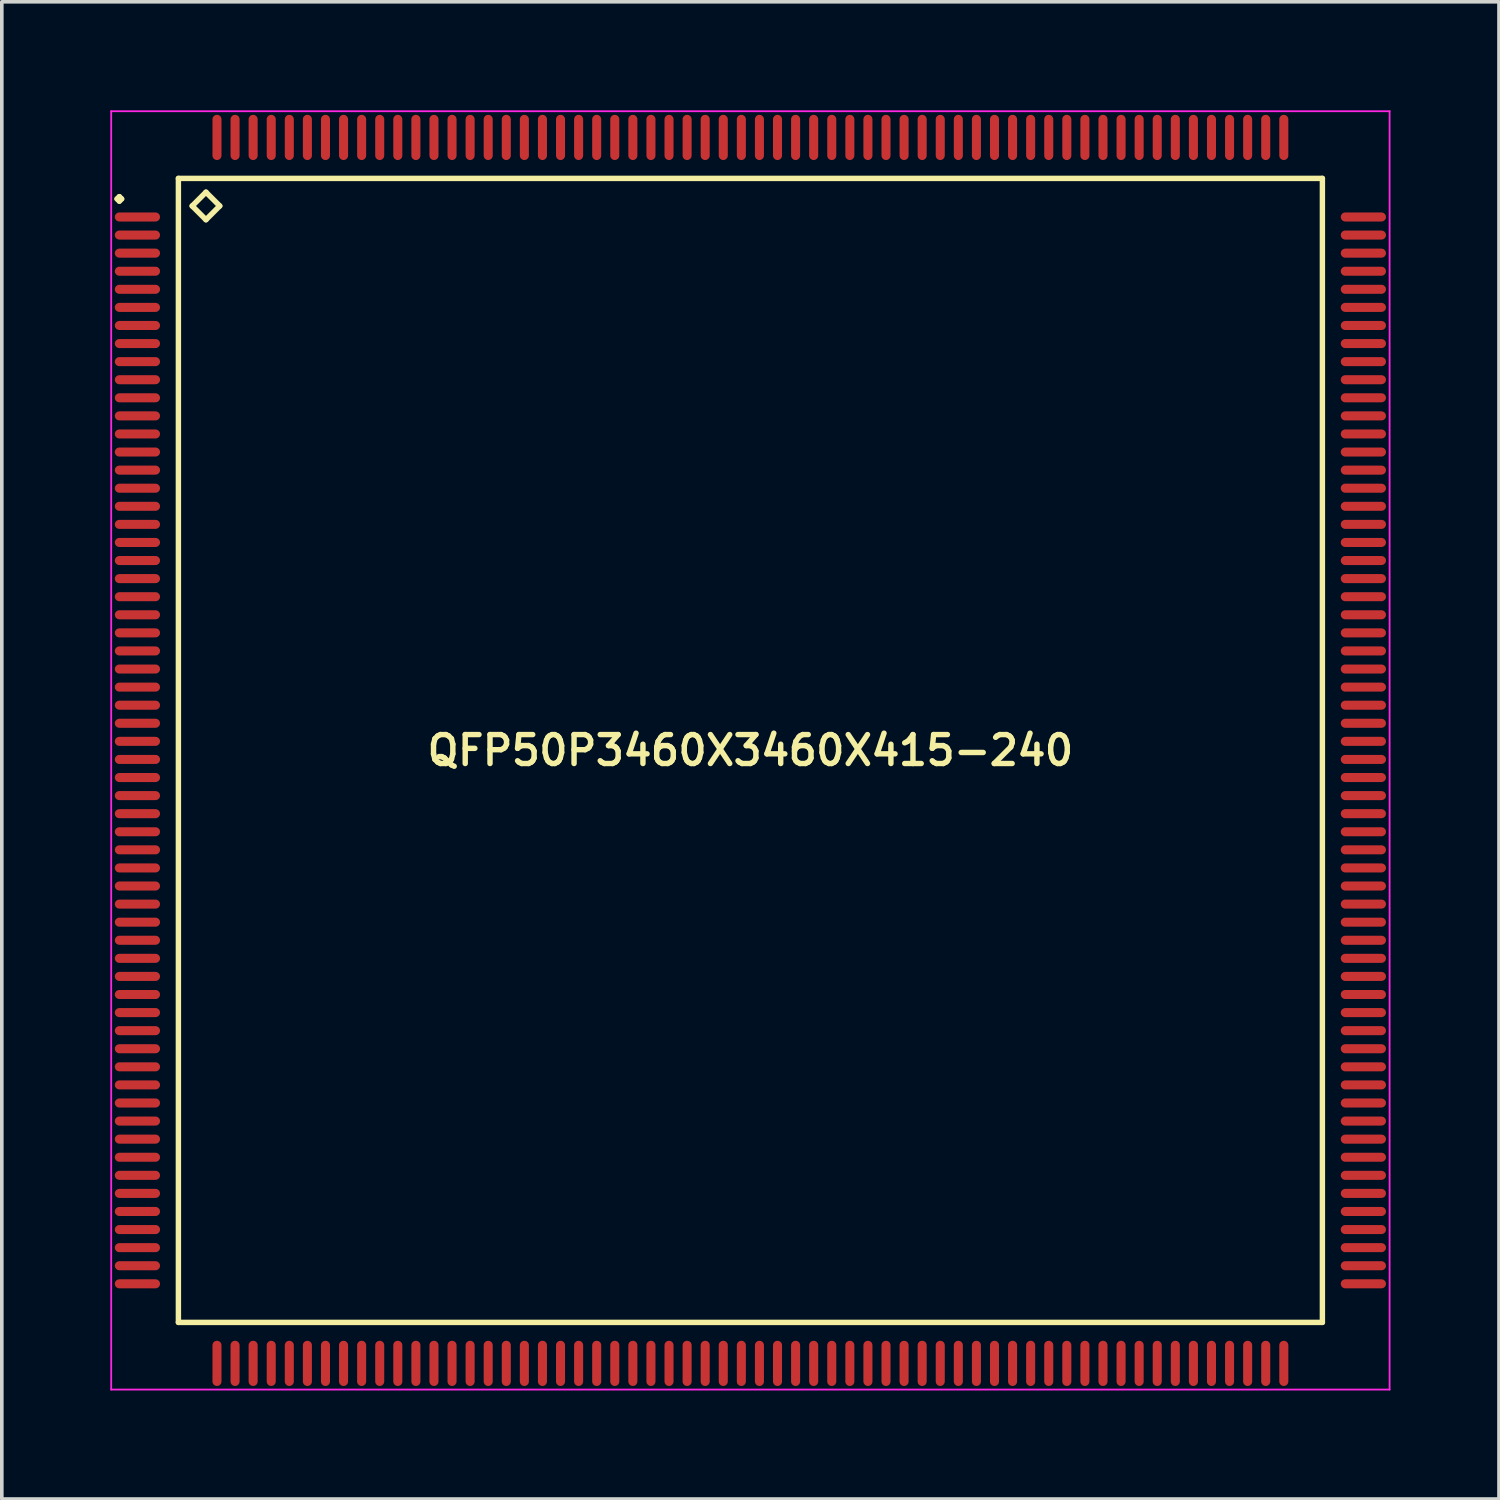
<source format=kicad_pcb>
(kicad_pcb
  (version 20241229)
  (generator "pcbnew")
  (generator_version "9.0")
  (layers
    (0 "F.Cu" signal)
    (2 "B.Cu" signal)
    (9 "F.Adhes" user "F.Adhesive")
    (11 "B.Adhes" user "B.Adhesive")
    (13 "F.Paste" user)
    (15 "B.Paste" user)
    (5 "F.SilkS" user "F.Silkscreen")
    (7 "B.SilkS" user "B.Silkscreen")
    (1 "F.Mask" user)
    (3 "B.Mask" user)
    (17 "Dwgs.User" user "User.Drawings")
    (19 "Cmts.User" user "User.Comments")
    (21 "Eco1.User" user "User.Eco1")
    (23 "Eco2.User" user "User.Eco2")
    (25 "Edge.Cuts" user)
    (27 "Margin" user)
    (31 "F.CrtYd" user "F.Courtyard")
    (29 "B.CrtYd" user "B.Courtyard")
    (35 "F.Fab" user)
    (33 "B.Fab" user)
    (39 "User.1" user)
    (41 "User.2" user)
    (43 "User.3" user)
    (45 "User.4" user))
  (footprint "QFP50P3460X3460X415-240"
    (layer "F.Cu")
    (at 17.7 17.7)
    (property "Reference" "QFP50P3460X3460X415-240" (at 0 0 0) (layer "F.SilkS") (effects (font (size 0.8 0.8) (thickness 0.15))))
    (attr smd)
    (fp_line (start -17.512 -15.25) (end -17.45 -15.312) (stroke (width 0.15) (type solid)) (layer "F.SilkS"))
    (fp_line (start -17.45 -15.312) (end -17.387 -15.25) (stroke (width 0.15) (type solid)) (layer "F.SilkS"))
    (fp_line (start -17.45 -15.188) (end -17.512 -15.25) (stroke (width 0.15) (type solid)) (layer "F.SilkS"))
    (fp_line (start -17.387 -15.25) (end -17.45 -15.188) (stroke (width 0.15) (type solid)) (layer "F.SilkS"))
    (fp_line (start -15.817 -15.817) (end -15.817 15.817) (stroke (width 0.15) (type solid)) (layer "F.SilkS"))
    (fp_line (start -15.817 15.817) (end 15.817 15.817) (stroke (width 0.15) (type solid)) (layer "F.SilkS"))
    (fp_line (start -15.436 -15.055) (end -15.055 -15.436) (stroke (width 0.15) (type solid)) (layer "F.SilkS"))
    (fp_line (start -15.055 -15.436) (end -14.674 -15.055) (stroke (width 0.15) (type solid)) (layer "F.SilkS"))
    (fp_line (start -15.055 -14.674) (end -15.436 -15.055) (stroke (width 0.15) (type solid)) (layer "F.SilkS"))
    (fp_line (start -14.674 -15.055) (end -15.055 -14.674) (stroke (width 0.15) (type solid)) (layer "F.SilkS"))
    (fp_line (start 15.817 -15.817) (end -15.817 -15.817) (stroke (width 0.15) (type solid)) (layer "F.SilkS"))
    (fp_line (start 15.817 15.817) (end 15.817 -15.817) (stroke (width 0.15) (type solid)) (layer "F.SilkS"))
    (fp_line (start -17.675 -17.675) (end 17.675 -17.675) (stroke (width 0.05) (type solid)) (layer "F.CrtYd"))
    (fp_line (start -17.675 17.675) (end -17.675 -17.675) (stroke (width 0.05) (type solid)) (layer "F.CrtYd"))
    (fp_line (start 17.675 -17.675) (end 17.675 17.675) (stroke (width 0.05) (type solid)) (layer "F.CrtYd"))
    (fp_line (start 17.675 17.675) (end -17.675 17.675) (stroke (width 0.05) (type solid)) (layer "F.CrtYd"))
    (pad "1" smd oval (at -16.95 -14.75) (size 1.25 0.25) (layers "F.Cu" "F.Mask" "F.Paste"))
    (pad "2" smd oval (at -16.95 -14.25) (size 1.25 0.25) (layers "F.Cu" "F.Mask" "F.Paste"))
    (pad "3" smd oval (at -16.95 -13.75) (size 1.25 0.25) (layers "F.Cu" "F.Mask" "F.Paste"))
    (pad "4" smd oval (at -16.95 -13.25) (size 1.25 0.25) (layers "F.Cu" "F.Mask" "F.Paste"))
    (pad "5" smd oval (at -16.95 -12.75) (size 1.25 0.25) (layers "F.Cu" "F.Mask" "F.Paste"))
    (pad "6" smd oval (at -16.95 -12.25) (size 1.25 0.25) (layers "F.Cu" "F.Mask" "F.Paste"))
    (pad "7" smd oval (at -16.95 -11.75) (size 1.25 0.25) (layers "F.Cu" "F.Mask" "F.Paste"))
    (pad "8" smd oval (at -16.95 -11.25) (size 1.25 0.25) (layers "F.Cu" "F.Mask" "F.Paste"))
    (pad "9" smd oval (at -16.95 -10.75) (size 1.25 0.25) (layers "F.Cu" "F.Mask" "F.Paste"))
    (pad "10" smd oval (at -16.95 -10.25) (size 1.25 0.25) (layers "F.Cu" "F.Mask" "F.Paste"))
    (pad "11" smd oval (at -16.95 -9.75) (size 1.25 0.25) (layers "F.Cu" "F.Mask" "F.Paste"))
    (pad "12" smd oval (at -16.95 -9.25) (size 1.25 0.25) (layers "F.Cu" "F.Mask" "F.Paste"))
    (pad "13" smd oval (at -16.95 -8.75) (size 1.25 0.25) (layers "F.Cu" "F.Mask" "F.Paste"))
    (pad "14" smd oval (at -16.95 -8.25) (size 1.25 0.25) (layers "F.Cu" "F.Mask" "F.Paste"))
    (pad "15" smd oval (at -16.95 -7.75) (size 1.25 0.25) (layers "F.Cu" "F.Mask" "F.Paste"))
    (pad "16" smd oval (at -16.95 -7.25) (size 1.25 0.25) (layers "F.Cu" "F.Mask" "F.Paste"))
    (pad "17" smd oval (at -16.95 -6.75) (size 1.25 0.25) (layers "F.Cu" "F.Mask" "F.Paste"))
    (pad "18" smd oval (at -16.95 -6.25) (size 1.25 0.25) (layers "F.Cu" "F.Mask" "F.Paste"))
    (pad "19" smd oval (at -16.95 -5.75) (size 1.25 0.25) (layers "F.Cu" "F.Mask" "F.Paste"))
    (pad "20" smd oval (at -16.95 -5.25) (size 1.25 0.25) (layers "F.Cu" "F.Mask" "F.Paste"))
    (pad "21" smd oval (at -16.95 -4.75) (size 1.25 0.25) (layers "F.Cu" "F.Mask" "F.Paste"))
    (pad "22" smd oval (at -16.95 -4.25) (size 1.25 0.25) (layers "F.Cu" "F.Mask" "F.Paste"))
    (pad "23" smd oval (at -16.95 -3.75) (size 1.25 0.25) (layers "F.Cu" "F.Mask" "F.Paste"))
    (pad "24" smd oval (at -16.95 -3.25) (size 1.25 0.25) (layers "F.Cu" "F.Mask" "F.Paste"))
    (pad "25" smd oval (at -16.95 -2.75) (size 1.25 0.25) (layers "F.Cu" "F.Mask" "F.Paste"))
    (pad "26" smd oval (at -16.95 -2.25) (size 1.25 0.25) (layers "F.Cu" "F.Mask" "F.Paste"))
    (pad "27" smd oval (at -16.95 -1.75) (size 1.25 0.25) (layers "F.Cu" "F.Mask" "F.Paste"))
    (pad "28" smd oval (at -16.95 -1.25) (size 1.25 0.25) (layers "F.Cu" "F.Mask" "F.Paste"))
    (pad "29" smd oval (at -16.95 -0.75) (size 1.25 0.25) (layers "F.Cu" "F.Mask" "F.Paste"))
    (pad "30" smd oval (at -16.95 -0.25) (size 1.25 0.25) (layers "F.Cu" "F.Mask" "F.Paste"))
    (pad "31" smd oval (at -16.95 0.25) (size 1.25 0.25) (layers "F.Cu" "F.Mask" "F.Paste"))
    (pad "32" smd oval (at -16.95 0.75) (size 1.25 0.25) (layers "F.Cu" "F.Mask" "F.Paste"))
    (pad "33" smd oval (at -16.95 1.25) (size 1.25 0.25) (layers "F.Cu" "F.Mask" "F.Paste"))
    (pad "34" smd oval (at -16.95 1.75) (size 1.25 0.25) (layers "F.Cu" "F.Mask" "F.Paste"))
    (pad "35" smd oval (at -16.95 2.25) (size 1.25 0.25) (layers "F.Cu" "F.Mask" "F.Paste"))
    (pad "36" smd oval (at -16.95 2.75) (size 1.25 0.25) (layers "F.Cu" "F.Mask" "F.Paste"))
    (pad "37" smd oval (at -16.95 3.25) (size 1.25 0.25) (layers "F.Cu" "F.Mask" "F.Paste"))
    (pad "38" smd oval (at -16.95 3.75) (size 1.25 0.25) (layers "F.Cu" "F.Mask" "F.Paste"))
    (pad "39" smd oval (at -16.95 4.25) (size 1.25 0.25) (layers "F.Cu" "F.Mask" "F.Paste"))
    (pad "40" smd oval (at -16.95 4.75) (size 1.25 0.25) (layers "F.Cu" "F.Mask" "F.Paste"))
    (pad "41" smd oval (at -16.95 5.25) (size 1.25 0.25) (layers "F.Cu" "F.Mask" "F.Paste"))
    (pad "42" smd oval (at -16.95 5.75) (size 1.25 0.25) (layers "F.Cu" "F.Mask" "F.Paste"))
    (pad "43" smd oval (at -16.95 6.25) (size 1.25 0.25) (layers "F.Cu" "F.Mask" "F.Paste"))
    (pad "44" smd oval (at -16.95 6.75) (size 1.25 0.25) (layers "F.Cu" "F.Mask" "F.Paste"))
    (pad "45" smd oval (at -16.95 7.25) (size 1.25 0.25) (layers "F.Cu" "F.Mask" "F.Paste"))
    (pad "46" smd oval (at -16.95 7.75) (size 1.25 0.25) (layers "F.Cu" "F.Mask" "F.Paste"))
    (pad "47" smd oval (at -16.95 8.25) (size 1.25 0.25) (layers "F.Cu" "F.Mask" "F.Paste"))
    (pad "48" smd oval (at -16.95 8.75) (size 1.25 0.25) (layers "F.Cu" "F.Mask" "F.Paste"))
    (pad "49" smd oval (at -16.95 9.25) (size 1.25 0.25) (layers "F.Cu" "F.Mask" "F.Paste"))
    (pad "50" smd oval (at -16.95 9.75) (size 1.25 0.25) (layers "F.Cu" "F.Mask" "F.Paste"))
    (pad "51" smd oval (at -16.95 10.25) (size 1.25 0.25) (layers "F.Cu" "F.Mask" "F.Paste"))
    (pad "52" smd oval (at -16.95 10.75) (size 1.25 0.25) (layers "F.Cu" "F.Mask" "F.Paste"))
    (pad "53" smd oval (at -16.95 11.25) (size 1.25 0.25) (layers "F.Cu" "F.Mask" "F.Paste"))
    (pad "54" smd oval (at -16.95 11.75) (size 1.25 0.25) (layers "F.Cu" "F.Mask" "F.Paste"))
    (pad "55" smd oval (at -16.95 12.25) (size 1.25 0.25) (layers "F.Cu" "F.Mask" "F.Paste"))
    (pad "56" smd oval (at -16.95 12.75) (size 1.25 0.25) (layers "F.Cu" "F.Mask" "F.Paste"))
    (pad "57" smd oval (at -16.95 13.25) (size 1.25 0.25) (layers "F.Cu" "F.Mask" "F.Paste"))
    (pad "58" smd oval (at -16.95 13.75) (size 1.25 0.25) (layers "F.Cu" "F.Mask" "F.Paste"))
    (pad "59" smd oval (at -16.95 14.25) (size 1.25 0.25) (layers "F.Cu" "F.Mask" "F.Paste"))
    (pad "60" smd oval (at -16.95 14.75) (size 1.25 0.25) (layers "F.Cu" "F.Mask" "F.Paste"))
    (pad "61" smd oval (at -14.75 16.95) (size 0.25 1.25) (layers "F.Cu" "F.Mask" "F.Paste"))
    (pad "62" smd oval (at -14.25 16.95) (size 0.25 1.25) (layers "F.Cu" "F.Mask" "F.Paste"))
    (pad "63" smd oval (at -13.75 16.95) (size 0.25 1.25) (layers "F.Cu" "F.Mask" "F.Paste"))
    (pad "64" smd oval (at -13.25 16.95) (size 0.25 1.25) (layers "F.Cu" "F.Mask" "F.Paste"))
    (pad "65" smd oval (at -12.75 16.95) (size 0.25 1.25) (layers "F.Cu" "F.Mask" "F.Paste"))
    (pad "66" smd oval (at -12.25 16.95) (size 0.25 1.25) (layers "F.Cu" "F.Mask" "F.Paste"))
    (pad "67" smd oval (at -11.75 16.95) (size 0.25 1.25) (layers "F.Cu" "F.Mask" "F.Paste"))
    (pad "68" smd oval (at -11.25 16.95) (size 0.25 1.25) (layers "F.Cu" "F.Mask" "F.Paste"))
    (pad "69" smd oval (at -10.75 16.95) (size 0.25 1.25) (layers "F.Cu" "F.Mask" "F.Paste"))
    (pad "70" smd oval (at -10.25 16.95) (size 0.25 1.25) (layers "F.Cu" "F.Mask" "F.Paste"))
    (pad "71" smd oval (at -9.75 16.95) (size 0.25 1.25) (layers "F.Cu" "F.Mask" "F.Paste"))
    (pad "72" smd oval (at -9.25 16.95) (size 0.25 1.25) (layers "F.Cu" "F.Mask" "F.Paste"))
    (pad "73" smd oval (at -8.75 16.95) (size 0.25 1.25) (layers "F.Cu" "F.Mask" "F.Paste"))
    (pad "74" smd oval (at -8.25 16.95) (size 0.25 1.25) (layers "F.Cu" "F.Mask" "F.Paste"))
    (pad "75" smd oval (at -7.75 16.95) (size 0.25 1.25) (layers "F.Cu" "F.Mask" "F.Paste"))
    (pad "76" smd oval (at -7.25 16.95) (size 0.25 1.25) (layers "F.Cu" "F.Mask" "F.Paste"))
    (pad "77" smd oval (at -6.75 16.95) (size 0.25 1.25) (layers "F.Cu" "F.Mask" "F.Paste"))
    (pad "78" smd oval (at -6.25 16.95) (size 0.25 1.25) (layers "F.Cu" "F.Mask" "F.Paste"))
    (pad "79" smd oval (at -5.75 16.95) (size 0.25 1.25) (layers "F.Cu" "F.Mask" "F.Paste"))
    (pad "80" smd oval (at -5.25 16.95) (size 0.25 1.25) (layers "F.Cu" "F.Mask" "F.Paste"))
    (pad "81" smd oval (at -4.75 16.95) (size 0.25 1.25) (layers "F.Cu" "F.Mask" "F.Paste"))
    (pad "82" smd oval (at -4.25 16.95) (size 0.25 1.25) (layers "F.Cu" "F.Mask" "F.Paste"))
    (pad "83" smd oval (at -3.75 16.95) (size 0.25 1.25) (layers "F.Cu" "F.Mask" "F.Paste"))
    (pad "84" smd oval (at -3.25 16.95) (size 0.25 1.25) (layers "F.Cu" "F.Mask" "F.Paste"))
    (pad "85" smd oval (at -2.75 16.95) (size 0.25 1.25) (layers "F.Cu" "F.Mask" "F.Paste"))
    (pad "86" smd oval (at -2.25 16.95) (size 0.25 1.25) (layers "F.Cu" "F.Mask" "F.Paste"))
    (pad "87" smd oval (at -1.75 16.95) (size 0.25 1.25) (layers "F.Cu" "F.Mask" "F.Paste"))
    (pad "88" smd oval (at -1.25 16.95) (size 0.25 1.25) (layers "F.Cu" "F.Mask" "F.Paste"))
    (pad "89" smd oval (at -0.75 16.95) (size 0.25 1.25) (layers "F.Cu" "F.Mask" "F.Paste"))
    (pad "90" smd oval (at -0.25 16.95) (size 0.25 1.25) (layers "F.Cu" "F.Mask" "F.Paste"))
    (pad "91" smd oval (at 0.25 16.95) (size 0.25 1.25) (layers "F.Cu" "F.Mask" "F.Paste"))
    (pad "92" smd oval (at 0.75 16.95) (size 0.25 1.25) (layers "F.Cu" "F.Mask" "F.Paste"))
    (pad "93" smd oval (at 1.25 16.95) (size 0.25 1.25) (layers "F.Cu" "F.Mask" "F.Paste"))
    (pad "94" smd oval (at 1.75 16.95) (size 0.25 1.25) (layers "F.Cu" "F.Mask" "F.Paste"))
    (pad "95" smd oval (at 2.25 16.95) (size 0.25 1.25) (layers "F.Cu" "F.Mask" "F.Paste"))
    (pad "96" smd oval (at 2.75 16.95) (size 0.25 1.25) (layers "F.Cu" "F.Mask" "F.Paste"))
    (pad "97" smd oval (at 3.25 16.95) (size 0.25 1.25) (layers "F.Cu" "F.Mask" "F.Paste"))
    (pad "98" smd oval (at 3.75 16.95) (size 0.25 1.25) (layers "F.Cu" "F.Mask" "F.Paste"))
    (pad "99" smd oval (at 4.25 16.95) (size 0.25 1.25) (layers "F.Cu" "F.Mask" "F.Paste"))
    (pad "100" smd oval (at 4.75 16.95) (size 0.25 1.25) (layers "F.Cu" "F.Mask" "F.Paste"))
    (pad "101" smd oval (at 5.25 16.95) (size 0.25 1.25) (layers "F.Cu" "F.Mask" "F.Paste"))
    (pad "102" smd oval (at 5.75 16.95) (size 0.25 1.25) (layers "F.Cu" "F.Mask" "F.Paste"))
    (pad "103" smd oval (at 6.25 16.95) (size 0.25 1.25) (layers "F.Cu" "F.Mask" "F.Paste"))
    (pad "104" smd oval (at 6.75 16.95) (size 0.25 1.25) (layers "F.Cu" "F.Mask" "F.Paste"))
    (pad "105" smd oval (at 7.25 16.95) (size 0.25 1.25) (layers "F.Cu" "F.Mask" "F.Paste"))
    (pad "106" smd oval (at 7.75 16.95) (size 0.25 1.25) (layers "F.Cu" "F.Mask" "F.Paste"))
    (pad "107" smd oval (at 8.25 16.95) (size 0.25 1.25) (layers "F.Cu" "F.Mask" "F.Paste"))
    (pad "108" smd oval (at 8.75 16.95) (size 0.25 1.25) (layers "F.Cu" "F.Mask" "F.Paste"))
    (pad "109" smd oval (at 9.25 16.95) (size 0.25 1.25) (layers "F.Cu" "F.Mask" "F.Paste"))
    (pad "110" smd oval (at 9.75 16.95) (size 0.25 1.25) (layers "F.Cu" "F.Mask" "F.Paste"))
    (pad "111" smd oval (at 10.25 16.95) (size 0.25 1.25) (layers "F.Cu" "F.Mask" "F.Paste"))
    (pad "112" smd oval (at 10.75 16.95) (size 0.25 1.25) (layers "F.Cu" "F.Mask" "F.Paste"))
    (pad "113" smd oval (at 11.25 16.95) (size 0.25 1.25) (layers "F.Cu" "F.Mask" "F.Paste"))
    (pad "114" smd oval (at 11.75 16.95) (size 0.25 1.25) (layers "F.Cu" "F.Mask" "F.Paste"))
    (pad "115" smd oval (at 12.25 16.95) (size 0.25 1.25) (layers "F.Cu" "F.Mask" "F.Paste"))
    (pad "116" smd oval (at 12.75 16.95) (size 0.25 1.25) (layers "F.Cu" "F.Mask" "F.Paste"))
    (pad "117" smd oval (at 13.25 16.95) (size 0.25 1.25) (layers "F.Cu" "F.Mask" "F.Paste"))
    (pad "118" smd oval (at 13.75 16.95) (size 0.25 1.25) (layers "F.Cu" "F.Mask" "F.Paste"))
    (pad "119" smd oval (at 14.25 16.95) (size 0.25 1.25) (layers "F.Cu" "F.Mask" "F.Paste"))
    (pad "120" smd oval (at 14.75 16.95) (size 0.25 1.25) (layers "F.Cu" "F.Mask" "F.Paste"))
    (pad "121" smd oval (at 16.95 14.75) (size 1.25 0.25) (layers "F.Cu" "F.Mask" "F.Paste"))
    (pad "122" smd oval (at 16.95 14.25) (size 1.25 0.25) (layers "F.Cu" "F.Mask" "F.Paste"))
    (pad "123" smd oval (at 16.95 13.75) (size 1.25 0.25) (layers "F.Cu" "F.Mask" "F.Paste"))
    (pad "124" smd oval (at 16.95 13.25) (size 1.25 0.25) (layers "F.Cu" "F.Mask" "F.Paste"))
    (pad "125" smd oval (at 16.95 12.75) (size 1.25 0.25) (layers "F.Cu" "F.Mask" "F.Paste"))
    (pad "126" smd oval (at 16.95 12.25) (size 1.25 0.25) (layers "F.Cu" "F.Mask" "F.Paste"))
    (pad "127" smd oval (at 16.95 11.75) (size 1.25 0.25) (layers "F.Cu" "F.Mask" "F.Paste"))
    (pad "128" smd oval (at 16.95 11.25) (size 1.25 0.25) (layers "F.Cu" "F.Mask" "F.Paste"))
    (pad "129" smd oval (at 16.95 10.75) (size 1.25 0.25) (layers "F.Cu" "F.Mask" "F.Paste"))
    (pad "130" smd oval (at 16.95 10.25) (size 1.25 0.25) (layers "F.Cu" "F.Mask" "F.Paste"))
    (pad "131" smd oval (at 16.95 9.75) (size 1.25 0.25) (layers "F.Cu" "F.Mask" "F.Paste"))
    (pad "132" smd oval (at 16.95 9.25) (size 1.25 0.25) (layers "F.Cu" "F.Mask" "F.Paste"))
    (pad "133" smd oval (at 16.95 8.75) (size 1.25 0.25) (layers "F.Cu" "F.Mask" "F.Paste"))
    (pad "134" smd oval (at 16.95 8.25) (size 1.25 0.25) (layers "F.Cu" "F.Mask" "F.Paste"))
    (pad "135" smd oval (at 16.95 7.75) (size 1.25 0.25) (layers "F.Cu" "F.Mask" "F.Paste"))
    (pad "136" smd oval (at 16.95 7.25) (size 1.25 0.25) (layers "F.Cu" "F.Mask" "F.Paste"))
    (pad "137" smd oval (at 16.95 6.75) (size 1.25 0.25) (layers "F.Cu" "F.Mask" "F.Paste"))
    (pad "138" smd oval (at 16.95 6.25) (size 1.25 0.25) (layers "F.Cu" "F.Mask" "F.Paste"))
    (pad "139" smd oval (at 16.95 5.75) (size 1.25 0.25) (layers "F.Cu" "F.Mask" "F.Paste"))
    (pad "140" smd oval (at 16.95 5.25) (size 1.25 0.25) (layers "F.Cu" "F.Mask" "F.Paste"))
    (pad "141" smd oval (at 16.95 4.75) (size 1.25 0.25) (layers "F.Cu" "F.Mask" "F.Paste"))
    (pad "142" smd oval (at 16.95 4.25) (size 1.25 0.25) (layers "F.Cu" "F.Mask" "F.Paste"))
    (pad "143" smd oval (at 16.95 3.75) (size 1.25 0.25) (layers "F.Cu" "F.Mask" "F.Paste"))
    (pad "144" smd oval (at 16.95 3.25) (size 1.25 0.25) (layers "F.Cu" "F.Mask" "F.Paste"))
    (pad "145" smd oval (at 16.95 2.75) (size 1.25 0.25) (layers "F.Cu" "F.Mask" "F.Paste"))
    (pad "146" smd oval (at 16.95 2.25) (size 1.25 0.25) (layers "F.Cu" "F.Mask" "F.Paste"))
    (pad "147" smd oval (at 16.95 1.75) (size 1.25 0.25) (layers "F.Cu" "F.Mask" "F.Paste"))
    (pad "148" smd oval (at 16.95 1.25) (size 1.25 0.25) (layers "F.Cu" "F.Mask" "F.Paste"))
    (pad "149" smd oval (at 16.95 0.75) (size 1.25 0.25) (layers "F.Cu" "F.Mask" "F.Paste"))
    (pad "150" smd oval (at 16.95 0.25) (size 1.25 0.25) (layers "F.Cu" "F.Mask" "F.Paste"))
    (pad "151" smd oval (at 16.95 -0.25) (size 1.25 0.25) (layers "F.Cu" "F.Mask" "F.Paste"))
    (pad "152" smd oval (at 16.95 -0.75) (size 1.25 0.25) (layers "F.Cu" "F.Mask" "F.Paste"))
    (pad "153" smd oval (at 16.95 -1.25) (size 1.25 0.25) (layers "F.Cu" "F.Mask" "F.Paste"))
    (pad "154" smd oval (at 16.95 -1.75) (size 1.25 0.25) (layers "F.Cu" "F.Mask" "F.Paste"))
    (pad "155" smd oval (at 16.95 -2.25) (size 1.25 0.25) (layers "F.Cu" "F.Mask" "F.Paste"))
    (pad "156" smd oval (at 16.95 -2.75) (size 1.25 0.25) (layers "F.Cu" "F.Mask" "F.Paste"))
    (pad "157" smd oval (at 16.95 -3.25) (size 1.25 0.25) (layers "F.Cu" "F.Mask" "F.Paste"))
    (pad "158" smd oval (at 16.95 -3.75) (size 1.25 0.25) (layers "F.Cu" "F.Mask" "F.Paste"))
    (pad "159" smd oval (at 16.95 -4.25) (size 1.25 0.25) (layers "F.Cu" "F.Mask" "F.Paste"))
    (pad "160" smd oval (at 16.95 -4.75) (size 1.25 0.25) (layers "F.Cu" "F.Mask" "F.Paste"))
    (pad "161" smd oval (at 16.95 -5.25) (size 1.25 0.25) (layers "F.Cu" "F.Mask" "F.Paste"))
    (pad "162" smd oval (at 16.95 -5.75) (size 1.25 0.25) (layers "F.Cu" "F.Mask" "F.Paste"))
    (pad "163" smd oval (at 16.95 -6.25) (size 1.25 0.25) (layers "F.Cu" "F.Mask" "F.Paste"))
    (pad "164" smd oval (at 16.95 -6.75) (size 1.25 0.25) (layers "F.Cu" "F.Mask" "F.Paste"))
    (pad "165" smd oval (at 16.95 -7.25) (size 1.25 0.25) (layers "F.Cu" "F.Mask" "F.Paste"))
    (pad "166" smd oval (at 16.95 -7.75) (size 1.25 0.25) (layers "F.Cu" "F.Mask" "F.Paste"))
    (pad "167" smd oval (at 16.95 -8.25) (size 1.25 0.25) (layers "F.Cu" "F.Mask" "F.Paste"))
    (pad "168" smd oval (at 16.95 -8.75) (size 1.25 0.25) (layers "F.Cu" "F.Mask" "F.Paste"))
    (pad "169" smd oval (at 16.95 -9.25) (size 1.25 0.25) (layers "F.Cu" "F.Mask" "F.Paste"))
    (pad "170" smd oval (at 16.95 -9.75) (size 1.25 0.25) (layers "F.Cu" "F.Mask" "F.Paste"))
    (pad "171" smd oval (at 16.95 -10.25) (size 1.25 0.25) (layers "F.Cu" "F.Mask" "F.Paste"))
    (pad "172" smd oval (at 16.95 -10.75) (size 1.25 0.25) (layers "F.Cu" "F.Mask" "F.Paste"))
    (pad "173" smd oval (at 16.95 -11.25) (size 1.25 0.25) (layers "F.Cu" "F.Mask" "F.Paste"))
    (pad "174" smd oval (at 16.95 -11.75) (size 1.25 0.25) (layers "F.Cu" "F.Mask" "F.Paste"))
    (pad "175" smd oval (at 16.95 -12.25) (size 1.25 0.25) (layers "F.Cu" "F.Mask" "F.Paste"))
    (pad "176" smd oval (at 16.95 -12.75) (size 1.25 0.25) (layers "F.Cu" "F.Mask" "F.Paste"))
    (pad "177" smd oval (at 16.95 -13.25) (size 1.25 0.25) (layers "F.Cu" "F.Mask" "F.Paste"))
    (pad "178" smd oval (at 16.95 -13.75) (size 1.25 0.25) (layers "F.Cu" "F.Mask" "F.Paste"))
    (pad "179" smd oval (at 16.95 -14.25) (size 1.25 0.25) (layers "F.Cu" "F.Mask" "F.Paste"))
    (pad "180" smd oval (at 16.95 -14.75) (size 1.25 0.25) (layers "F.Cu" "F.Mask" "F.Paste"))
    (pad "181" smd oval (at 14.75 -16.95) (size 0.25 1.25) (layers "F.Cu" "F.Mask" "F.Paste"))
    (pad "182" smd oval (at 14.25 -16.95) (size 0.25 1.25) (layers "F.Cu" "F.Mask" "F.Paste"))
    (pad "183" smd oval (at 13.75 -16.95) (size 0.25 1.25) (layers "F.Cu" "F.Mask" "F.Paste"))
    (pad "184" smd oval (at 13.25 -16.95) (size 0.25 1.25) (layers "F.Cu" "F.Mask" "F.Paste"))
    (pad "185" smd oval (at 12.75 -16.95) (size 0.25 1.25) (layers "F.Cu" "F.Mask" "F.Paste"))
    (pad "186" smd oval (at 12.25 -16.95) (size 0.25 1.25) (layers "F.Cu" "F.Mask" "F.Paste"))
    (pad "187" smd oval (at 11.75 -16.95) (size 0.25 1.25) (layers "F.Cu" "F.Mask" "F.Paste"))
    (pad "188" smd oval (at 11.25 -16.95) (size 0.25 1.25) (layers "F.Cu" "F.Mask" "F.Paste"))
    (pad "189" smd oval (at 10.75 -16.95) (size 0.25 1.25) (layers "F.Cu" "F.Mask" "F.Paste"))
    (pad "190" smd oval (at 10.25 -16.95) (size 0.25 1.25) (layers "F.Cu" "F.Mask" "F.Paste"))
    (pad "191" smd oval (at 9.75 -16.95) (size 0.25 1.25) (layers "F.Cu" "F.Mask" "F.Paste"))
    (pad "192" smd oval (at 9.25 -16.95) (size 0.25 1.25) (layers "F.Cu" "F.Mask" "F.Paste"))
    (pad "193" smd oval (at 8.75 -16.95) (size 0.25 1.25) (layers "F.Cu" "F.Mask" "F.Paste"))
    (pad "194" smd oval (at 8.25 -16.95) (size 0.25 1.25) (layers "F.Cu" "F.Mask" "F.Paste"))
    (pad "195" smd oval (at 7.75 -16.95) (size 0.25 1.25) (layers "F.Cu" "F.Mask" "F.Paste"))
    (pad "196" smd oval (at 7.25 -16.95) (size 0.25 1.25) (layers "F.Cu" "F.Mask" "F.Paste"))
    (pad "197" smd oval (at 6.75 -16.95) (size 0.25 1.25) (layers "F.Cu" "F.Mask" "F.Paste"))
    (pad "198" smd oval (at 6.25 -16.95) (size 0.25 1.25) (layers "F.Cu" "F.Mask" "F.Paste"))
    (pad "199" smd oval (at 5.75 -16.95) (size 0.25 1.25) (layers "F.Cu" "F.Mask" "F.Paste"))
    (pad "200" smd oval (at 5.25 -16.95) (size 0.25 1.25) (layers "F.Cu" "F.Mask" "F.Paste"))
    (pad "201" smd oval (at 4.75 -16.95) (size 0.25 1.25) (layers "F.Cu" "F.Mask" "F.Paste"))
    (pad "202" smd oval (at 4.25 -16.95) (size 0.25 1.25) (layers "F.Cu" "F.Mask" "F.Paste"))
    (pad "203" smd oval (at 3.75 -16.95) (size 0.25 1.25) (layers "F.Cu" "F.Mask" "F.Paste"))
    (pad "204" smd oval (at 3.25 -16.95) (size 0.25 1.25) (layers "F.Cu" "F.Mask" "F.Paste"))
    (pad "205" smd oval (at 2.75 -16.95) (size 0.25 1.25) (layers "F.Cu" "F.Mask" "F.Paste"))
    (pad "206" smd oval (at 2.25 -16.95) (size 0.25 1.25) (layers "F.Cu" "F.Mask" "F.Paste"))
    (pad "207" smd oval (at 1.75 -16.95) (size 0.25 1.25) (layers "F.Cu" "F.Mask" "F.Paste"))
    (pad "208" smd oval (at 1.25 -16.95) (size 0.25 1.25) (layers "F.Cu" "F.Mask" "F.Paste"))
    (pad "209" smd oval (at 0.75 -16.95) (size 0.25 1.25) (layers "F.Cu" "F.Mask" "F.Paste"))
    (pad "210" smd oval (at 0.25 -16.95) (size 0.25 1.25) (layers "F.Cu" "F.Mask" "F.Paste"))
    (pad "211" smd oval (at -0.25 -16.95) (size 0.25 1.25) (layers "F.Cu" "F.Mask" "F.Paste"))
    (pad "212" smd oval (at -0.75 -16.95) (size 0.25 1.25) (layers "F.Cu" "F.Mask" "F.Paste"))
    (pad "213" smd oval (at -1.25 -16.95) (size 0.25 1.25) (layers "F.Cu" "F.Mask" "F.Paste"))
    (pad "214" smd oval (at -1.75 -16.95) (size 0.25 1.25) (layers "F.Cu" "F.Mask" "F.Paste"))
    (pad "215" smd oval (at -2.25 -16.95) (size 0.25 1.25) (layers "F.Cu" "F.Mask" "F.Paste"))
    (pad "216" smd oval (at -2.75 -16.95) (size 0.25 1.25) (layers "F.Cu" "F.Mask" "F.Paste"))
    (pad "217" smd oval (at -3.25 -16.95) (size 0.25 1.25) (layers "F.Cu" "F.Mask" "F.Paste"))
    (pad "218" smd oval (at -3.75 -16.95) (size 0.25 1.25) (layers "F.Cu" "F.Mask" "F.Paste"))
    (pad "219" smd oval (at -4.25 -16.95) (size 0.25 1.25) (layers "F.Cu" "F.Mask" "F.Paste"))
    (pad "220" smd oval (at -4.75 -16.95) (size 0.25 1.25) (layers "F.Cu" "F.Mask" "F.Paste"))
    (pad "221" smd oval (at -5.25 -16.95) (size 0.25 1.25) (layers "F.Cu" "F.Mask" "F.Paste"))
    (pad "222" smd oval (at -5.75 -16.95) (size 0.25 1.25) (layers "F.Cu" "F.Mask" "F.Paste"))
    (pad "223" smd oval (at -6.25 -16.95) (size 0.25 1.25) (layers "F.Cu" "F.Mask" "F.Paste"))
    (pad "224" smd oval (at -6.75 -16.95) (size 0.25 1.25) (layers "F.Cu" "F.Mask" "F.Paste"))
    (pad "225" smd oval (at -7.25 -16.95) (size 0.25 1.25) (layers "F.Cu" "F.Mask" "F.Paste"))
    (pad "226" smd oval (at -7.75 -16.95) (size 0.25 1.25) (layers "F.Cu" "F.Mask" "F.Paste"))
    (pad "227" smd oval (at -8.25 -16.95) (size 0.25 1.25) (layers "F.Cu" "F.Mask" "F.Paste"))
    (pad "228" smd oval (at -8.75 -16.95) (size 0.25 1.25) (layers "F.Cu" "F.Mask" "F.Paste"))
    (pad "229" smd oval (at -9.25 -16.95) (size 0.25 1.25) (layers "F.Cu" "F.Mask" "F.Paste"))
    (pad "230" smd oval (at -9.75 -16.95) (size 0.25 1.25) (layers "F.Cu" "F.Mask" "F.Paste"))
    (pad "231" smd oval (at -10.25 -16.95) (size 0.25 1.25) (layers "F.Cu" "F.Mask" "F.Paste"))
    (pad "232" smd oval (at -10.75 -16.95) (size 0.25 1.25) (layers "F.Cu" "F.Mask" "F.Paste"))
    (pad "233" smd oval (at -11.25 -16.95) (size 0.25 1.25) (layers "F.Cu" "F.Mask" "F.Paste"))
    (pad "234" smd oval (at -11.75 -16.95) (size 0.25 1.25) (layers "F.Cu" "F.Mask" "F.Paste"))
    (pad "235" smd oval (at -12.25 -16.95) (size 0.25 1.25) (layers "F.Cu" "F.Mask" "F.Paste"))
    (pad "236" smd oval (at -12.75 -16.95) (size 0.25 1.25) (layers "F.Cu" "F.Mask" "F.Paste"))
    (pad "237" smd oval (at -13.25 -16.95) (size 0.25 1.25) (layers "F.Cu" "F.Mask" "F.Paste"))
    (pad "238" smd oval (at -13.75 -16.95) (size 0.25 1.25) (layers "F.Cu" "F.Mask" "F.Paste"))
    (pad "239" smd oval (at -14.25 -16.95) (size 0.25 1.25) (layers "F.Cu" "F.Mask" "F.Paste"))
    (pad "240" smd oval (at -14.75 -16.95) (size 0.25 1.25) (layers "F.Cu" "F.Mask" "F.Paste")))
  (gr_rect
    (start -3 -3)
    (end 38.4 38.4)
    (stroke (width 0.1) (type default))
    (fill no)
    (layer "Edge.Cuts")))
</source>
